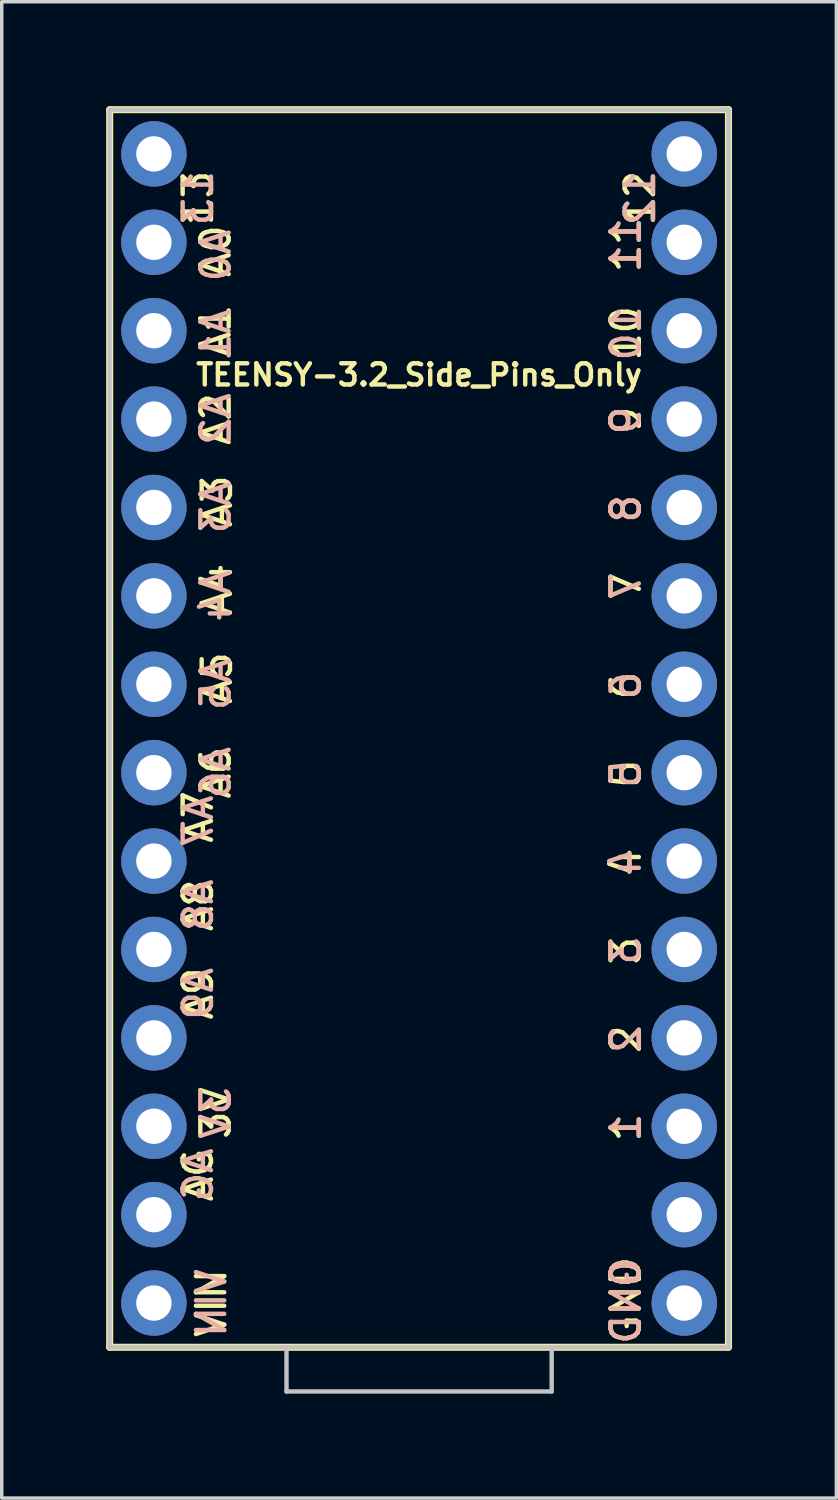
<source format=kicad_pcb>
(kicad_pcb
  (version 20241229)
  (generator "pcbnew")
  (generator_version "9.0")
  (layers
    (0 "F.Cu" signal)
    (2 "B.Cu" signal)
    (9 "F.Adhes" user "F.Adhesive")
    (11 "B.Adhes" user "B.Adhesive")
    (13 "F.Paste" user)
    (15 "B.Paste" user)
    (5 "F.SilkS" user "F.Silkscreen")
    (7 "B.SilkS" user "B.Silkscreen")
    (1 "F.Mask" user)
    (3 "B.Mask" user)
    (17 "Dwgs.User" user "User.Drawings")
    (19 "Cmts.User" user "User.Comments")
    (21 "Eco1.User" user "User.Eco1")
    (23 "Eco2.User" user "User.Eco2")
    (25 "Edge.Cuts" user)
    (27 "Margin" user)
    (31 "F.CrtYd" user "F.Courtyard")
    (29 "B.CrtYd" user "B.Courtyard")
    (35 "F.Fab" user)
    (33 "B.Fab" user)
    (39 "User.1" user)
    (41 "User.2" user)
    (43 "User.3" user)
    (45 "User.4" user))
  (footprint "TEENSY-3.2_Side_Pins_Only"
    (layer "F.Cu")
    (at 8.992 17.882)
    (property "Reference" "TEENSY-3.2_Side_Pins_Only" (at 0 -10.16 0) (layer "F.SilkS") (effects (font (size 0.61 0.61) (thickness 0.127))))
    (attr exclude_from_pos_files exclude_from_bom)
    (fp_line (start -8.89 -17.78) (end 8.89 -17.78) (stroke (width 0.127) (type solid)) (layer "F.SilkS"))
    (fp_line (start -8.89 -17.78) (end 8.89 -17.78) (stroke (width 0.203) (type solid)) (layer "F.SilkS"))
    (fp_line (start -8.89 17.78) (end -8.89 -17.78) (stroke (width 0.127) (type solid)) (layer "F.SilkS"))
    (fp_line (start -8.89 17.78) (end -8.89 -17.78) (stroke (width 0.203) (type solid)) (layer "F.SilkS"))
    (fp_line (start 8.89 -17.78) (end 8.89 17.78) (stroke (width 0.127) (type solid)) (layer "F.SilkS"))
    (fp_line (start 8.89 -17.78) (end 8.89 17.78) (stroke (width 0.203) (type solid)) (layer "F.SilkS"))
    (fp_line (start 8.89 17.78) (end -8.89 17.78) (stroke (width 0.127) (type solid)) (layer "F.SilkS"))
    (fp_line (start 8.89 17.78) (end -8.89 17.78) (stroke (width 0.203) (type solid)) (layer "F.SilkS"))
    (fp_line (start -8.89 -17.78) (end 8.89 -17.78) (stroke (width 0.127) (type solid)) (layer "Dwgs.User"))
    (fp_line (start -8.89 17.78) (end -8.89 -17.78) (stroke (width 0.127) (type solid)) (layer "Dwgs.User"))
    (fp_line (start -3.81 17.78) (end -8.89 17.78) (stroke (width 0.127) (type solid)) (layer "Dwgs.User"))
    (fp_line (start -3.81 19.05) (end -3.81 17.78) (stroke (width 0.127) (type solid)) (layer "Dwgs.User"))
    (fp_line (start -3.81 19.05) (end 3.81 19.05) (stroke (width 0.127) (type solid)) (layer "Dwgs.User"))
    (fp_line (start 3.81 17.78) (end -3.81 17.78) (stroke (width 0.127) (type solid)) (layer "Dwgs.User"))
    (fp_line (start 3.81 19.05) (end 3.81 17.78) (stroke (width 0.127) (type solid)) (layer "Dwgs.User"))
    (fp_line (start 8.89 -17.78) (end 8.89 17.78) (stroke (width 0.127) (type solid)) (layer "Dwgs.User"))
    (fp_line (start 8.89 17.78) (end 3.81 17.78) (stroke (width 0.127) (type solid)) (layer "Dwgs.User"))
    (fp_text user "7" (at 5.944 -4.089 90) (layer "F.SilkS") (effects (font (size 0.813 0.813) (thickness 0.127))))
    (fp_text user "A1" (at -5.842 -11.43 90) (layer "F.SilkS") (effects (font (size 0.813 0.813) (thickness 0.127))))
    (fp_text user "A0" (at -5.842 -13.716 90) (layer "F.SilkS") (effects (font (size 0.813 0.813) (thickness 0.127))))
    (fp_text user "A4" (at -5.804 -3.988 90) (layer "F.SilkS") (effects (font (size 0.813 0.813) (thickness 0.127))))
    (fp_text user "A7" (at -6.35 2.54 90) (layer "F.SilkS") (effects (font (size 0.813 0.813) (thickness 0.127))))
    (fp_text user "2" (at 5.944 8.928 90) (layer "F.SilkS") (effects (font (size 0.813 0.813) (thickness 0.127))))
    (fp_text user "A6" (at -5.842 1.27 90) (layer "F.SilkS") (effects (font (size 0.813 0.813) (thickness 0.127))))
    (fp_text user "A2" (at -5.842 -8.89 90) (layer "F.SilkS") (effects (font (size 0.813 0.813) (thickness 0.127))))
    (fp_text user "3" (at 5.944 6.388 90) (layer "F.SilkS") (effects (font (size 0.813 0.813) (thickness 0.127))))
    (fp_text user "0" (at 5.944 15.659 90) (layer "F.SilkS") (effects (font (size 0.813 0.813) (thickness 0.127))))
    (fp_text user "GND" (at 5.944 16.434 90) (layer "F.SilkS") (effects (font (size 0.813 0.813) (thickness 0.127))))
    (fp_text user "9" (at 5.944 -8.852 90) (layer "F.SilkS") (effects (font (size 0.813 0.813) (thickness 0.127))))
    (fp_text user "A9" (at -6.35 7.62 90) (layer "F.SilkS") (effects (font (size 0.813 0.813) (thickness 0.127))))
    (fp_text user "4" (at 5.944 3.848 90) (layer "F.SilkS") (effects (font (size 0.813 0.813) (thickness 0.127))))
    (fp_text user "A3" (at -5.804 -6.528 90) (layer "F.SilkS") (effects (font (size 0.813 0.813) (thickness 0.127))))
    (fp_text user "13" (at -6.35 -15.24 90) (layer "F.SilkS") (effects (font (size 0.813 0.813) (thickness 0.127))))
    (fp_text user "1" (at 5.944 11.468 90) (layer "F.SilkS") (effects (font (size 0.813 0.813) (thickness 0.127))))
    (fp_text user "VIN" (at -5.969 16.51 90) (layer "F.SilkS") (effects (font (size 0.813 0.813) (thickness 0.127))))
    (fp_text user "8" (at 5.944 -6.312 90) (layer "F.SilkS") (effects (font (size 0.813 0.813) (thickness 0.127))))
    (fp_text user "AG" (at -6.35 12.827 90) (layer "F.SilkS") (effects (font (size 0.813 0.813) (thickness 0.127))))
    (fp_text user "6" (at 5.944 -1.232 90) (layer "F.SilkS") (effects (font (size 0.813 0.813) (thickness 0.127))))
    (fp_text user "12" (at 6.35 -15.24 270) (layer "F.SilkS") (effects (font (size 0.813 0.813) (thickness 0.127))))
    (fp_text user "10" (at 5.944 -11.354 90) (layer "F.SilkS") (effects (font (size 0.813 0.813) (thickness 0.127))))
    (fp_text user "11" (at 5.944 -13.894 90) (layer "F.SilkS") (effects (font (size 0.813 0.813) (thickness 0.127))))
    (fp_text user "5" (at 5.944 1.306 90) (layer "F.SilkS") (effects (font (size 0.813 0.813) (thickness 0.127))))
    (fp_text user "3V" (at -5.842 11.049 90) (layer "F.SilkS") (effects (font (size 0.813 0.813) (thickness 0.127))))
    (fp_text user "A8" (at -6.35 5.08 90) (layer "F.SilkS") (effects (font (size 0.813 0.813) (thickness 0.127))))
    (fp_text user "A5" (at -5.804 -1.448 90) (layer "F.SilkS") (effects (font (size 0.813 0.813) (thickness 0.127))))
    (fp_text user "AG" (at -6.35 12.827 90) (layer "B.SilkS") (effects (font (size 0.813 0.813) (thickness 0.127)) (justify mirror)))
    (fp_text user "10" (at 5.944 -11.354 90) (layer "B.SilkS") (effects (font (size 0.813 0.813) (thickness 0.127)) (justify mirror)))
    (fp_text user "A6" (at -5.842 1.27 270) (layer "B.SilkS") (effects (font (size 0.813 0.813) (thickness 0.127)) (justify mirror)))
    (fp_text user "GND" (at 5.944 16.434 90) (layer "B.SilkS") (effects (font (size 0.813 0.813) (thickness 0.127)) (justify mirror)))
    (fp_text user "7" (at 5.944 -4.089 90) (layer "B.SilkS") (effects (font (size 0.813 0.813) (thickness 0.127)) (justify mirror)))
    (fp_text user "A2" (at -5.842 -8.89 270) (layer "B.SilkS") (effects (font (size 0.813 0.813) (thickness 0.127)) (justify mirror)))
    (fp_text user "12" (at 6.35 -15.24 90) (layer "B.SilkS") (effects (font (size 0.813 0.813) (thickness 0.127)) (justify mirror)))
    (fp_text user "13" (at -6.35 -15.24 270) (layer "B.SilkS") (effects (font (size 0.813 0.813) (thickness 0.127)) (justify mirror)))
    (fp_text user "5" (at 5.944 1.306 90) (layer "B.SilkS") (effects (font (size 0.813 0.813) (thickness 0.127)) (justify mirror)))
    (fp_text user "A3" (at -5.842 -6.35 270) (layer "B.SilkS") (effects (font (size 0.813 0.813) (thickness 0.127)) (justify mirror)))
    (fp_text user "4" (at 5.944 3.848 90) (layer "B.SilkS") (effects (font (size 0.813 0.813) (thickness 0.127)) (justify mirror)))
    (fp_text user "VIN" (at -5.969 16.51 270) (layer "B.SilkS") (effects (font (size 0.813 0.813) (thickness 0.127)) (justify mirror)))
    (fp_text user "3V" (at -5.842 11.049 270) (layer "B.SilkS") (effects (font (size 0.813 0.813) (thickness 0.127)) (justify mirror)))
    (fp_text user "0" (at 5.944 15.659 90) (layer "B.SilkS") (effects (font (size 0.813 0.813) (thickness 0.127)) (justify mirror)))
    (fp_text user "1" (at 5.944 11.468 90) (layer "B.SilkS") (effects (font (size 0.813 0.813) (thickness 0.127)) (justify mirror)))
    (fp_text user "3" (at 5.944 6.388 90) (layer "B.SilkS") (effects (font (size 0.813 0.813) (thickness 0.127)) (justify mirror)))
    (fp_text user "11" (at 5.944 -13.894 90) (layer "B.SilkS") (effects (font (size 0.813 0.813) (thickness 0.127)) (justify mirror)))
    (fp_text user "9" (at 5.944 -8.852 90) (layer "B.SilkS") (effects (font (size 0.813 0.813) (thickness 0.127)) (justify mirror)))
    (fp_text user "2" (at 5.944 8.928 90) (layer "B.SilkS") (effects (font (size 0.813 0.813) (thickness 0.127)) (justify mirror)))
    (fp_text user "A8" (at -6.35 5.08 270) (layer "B.SilkS") (effects (font (size 0.813 0.813) (thickness 0.127)) (justify mirror)))
    (fp_text user "A9" (at -6.35 7.62 270) (layer "B.SilkS") (effects (font (size 0.813 0.813) (thickness 0.127)) (justify mirror)))
    (fp_text user "A4" (at -5.842 -3.81 270) (layer "B.SilkS") (effects (font (size 0.813 0.813) (thickness 0.127)) (justify mirror)))
    (fp_text user "A7" (at -6.35 2.667 270) (layer "B.SilkS") (effects (font (size 0.813 0.813) (thickness 0.127)) (justify mirror)))
    (fp_text user "A0" (at -5.842 -13.589 270) (layer "B.SilkS") (effects (font (size 0.813 0.813) (thickness 0.127)) (justify mirror)))
    (fp_text user "8" (at 5.944 -6.312 90) (layer "B.SilkS") (effects (font (size 0.813 0.813) (thickness 0.127)) (justify mirror)))
    (fp_text user "6" (at 5.944 -1.232 90) (layer "B.SilkS") (effects (font (size 0.813 0.813) (thickness 0.127)) (justify mirror)))
    (fp_text user "A1" (at -5.842 -11.303 270) (layer "B.SilkS") (effects (font (size 0.813 0.813) (thickness 0.127)) (justify mirror)))
    (fp_text user "A5" (at -5.842 -1.27 270) (layer "B.SilkS") (effects (font (size 0.813 0.813) (thickness 0.127)) (justify mirror)))
    (pad "0" thru_hole circle (at 7.62 13.97) (size 1.88 1.88) (drill 1.016) (layers "*.Cu" "*.Mask"))
    (pad "1" thru_hole circle (at 7.62 11.43) (size 1.88 1.88) (drill 1.016) (layers "*.Cu" "*.Mask"))
    (pad "2" thru_hole circle (at 7.62 8.89) (size 1.88 1.88) (drill 1.016) (layers "*.Cu" "*.Mask"))
    (pad "3" thru_hole circle (at 7.62 6.35) (size 1.88 1.88) (drill 1.016) (layers "*.Cu" "*.Mask"))
    (pad "3.3V_2" thru_hole circle (at -7.62 11.43) (size 1.88 1.88) (drill 1.016) (layers "*.Cu" "*.Mask"))
    (pad "4" thru_hole circle (at 7.62 3.81) (size 1.88 1.88) (drill 1.016) (layers "*.Cu" "*.Mask"))
    (pad "5" thru_hole circle (at 7.62 1.27) (size 1.88 1.88) (drill 1.016) (layers "*.Cu" "*.Mask"))
    (pad "6" thru_hole circle (at 7.62 -1.27) (size 1.88 1.88) (drill 1.016) (layers "*.Cu" "*.Mask"))
    (pad "7" thru_hole circle (at 7.62 -3.81) (size 1.88 1.88) (drill 1.016) (layers "*.Cu" "*.Mask"))
    (pad "8" thru_hole circle (at 7.62 -6.35) (size 1.88 1.88) (drill 1.016) (layers "*.Cu" "*.Mask"))
    (pad "9" thru_hole circle (at 7.62 -8.89) (size 1.88 1.88) (drill 1.016) (layers "*.Cu" "*.Mask"))
    (pad "10" thru_hole circle (at 7.62 -11.43) (size 1.88 1.88) (drill 1.016) (layers "*.Cu" "*.Mask"))
    (pad "11" thru_hole circle (at 7.62 -13.97) (size 1.88 1.88) (drill 1.016) (layers "*.Cu" "*.Mask"))
    (pad "12" thru_hole circle (at 7.62 -16.51) (size 1.88 1.88) (drill 1.016) (layers "*.Cu" "*.Mask"))
    (pad "13" thru_hole circle (at -7.62 -16.51) (size 1.88 1.88) (drill 1.016) (layers "*.Cu" "*.Mask"))
    (pad "14" thru_hole circle (at -7.62 -13.97) (size 1.88 1.88) (drill 1.016) (layers "*.Cu" "*.Mask"))
    (pad "15" thru_hole circle (at -7.62 -11.43) (size 1.88 1.88) (drill 1.016) (layers "*.Cu" "*.Mask"))
    (pad "16" thru_hole circle (at -7.62 -8.89) (size 1.88 1.88) (drill 1.016) (layers "*.Cu" "*.Mask"))
    (pad "17" thru_hole circle (at -7.62 -6.35) (size 1.88 1.88) (drill 1.016) (layers "*.Cu" "*.Mask"))
    (pad "18" thru_hole circle (at -7.62 -3.81) (size 1.88 1.88) (drill 1.016) (layers "*.Cu" "*.Mask"))
    (pad "19" thru_hole circle (at -7.62 -1.27) (size 1.88 1.88) (drill 1.016) (layers "*.Cu" "*.Mask"))
    (pad "20" thru_hole circle (at -7.62 1.27) (size 1.88 1.88) (drill 1.016) (layers "*.Cu" "*.Mask"))
    (pad "21" thru_hole circle (at -7.62 3.81) (size 1.88 1.88) (drill 1.016) (layers "*.Cu" "*.Mask"))
    (pad "22" thru_hole circle (at -7.62 6.35) (size 1.88 1.88) (drill 1.016) (layers "*.Cu" "*.Mask"))
    (pad "23" thru_hole circle (at -7.62 8.89) (size 1.88 1.88) (drill 1.016) (layers "*.Cu" "*.Mask"))
    (pad "AGND" thru_hole circle (at -7.62 13.97) (size 1.88 1.88) (drill 1.016) (layers "*.Cu" "*.Mask"))
    (pad "GND1" thru_hole circle (at 7.62 16.51) (size 1.88 1.88) (drill 1.016) (layers "*.Cu" "*.Mask"))
    (pad "VIN" thru_hole circle (at -7.62 16.51) (size 1.88 1.88) (drill 1.016) (layers "*.Cu" "*.Mask")))
  (gr_rect
    (start -3 -3)
    (end 20.983 39.995)
    (stroke (width 0.1) (type default))
    (fill no)
    (layer "Edge.Cuts")))
</source>
